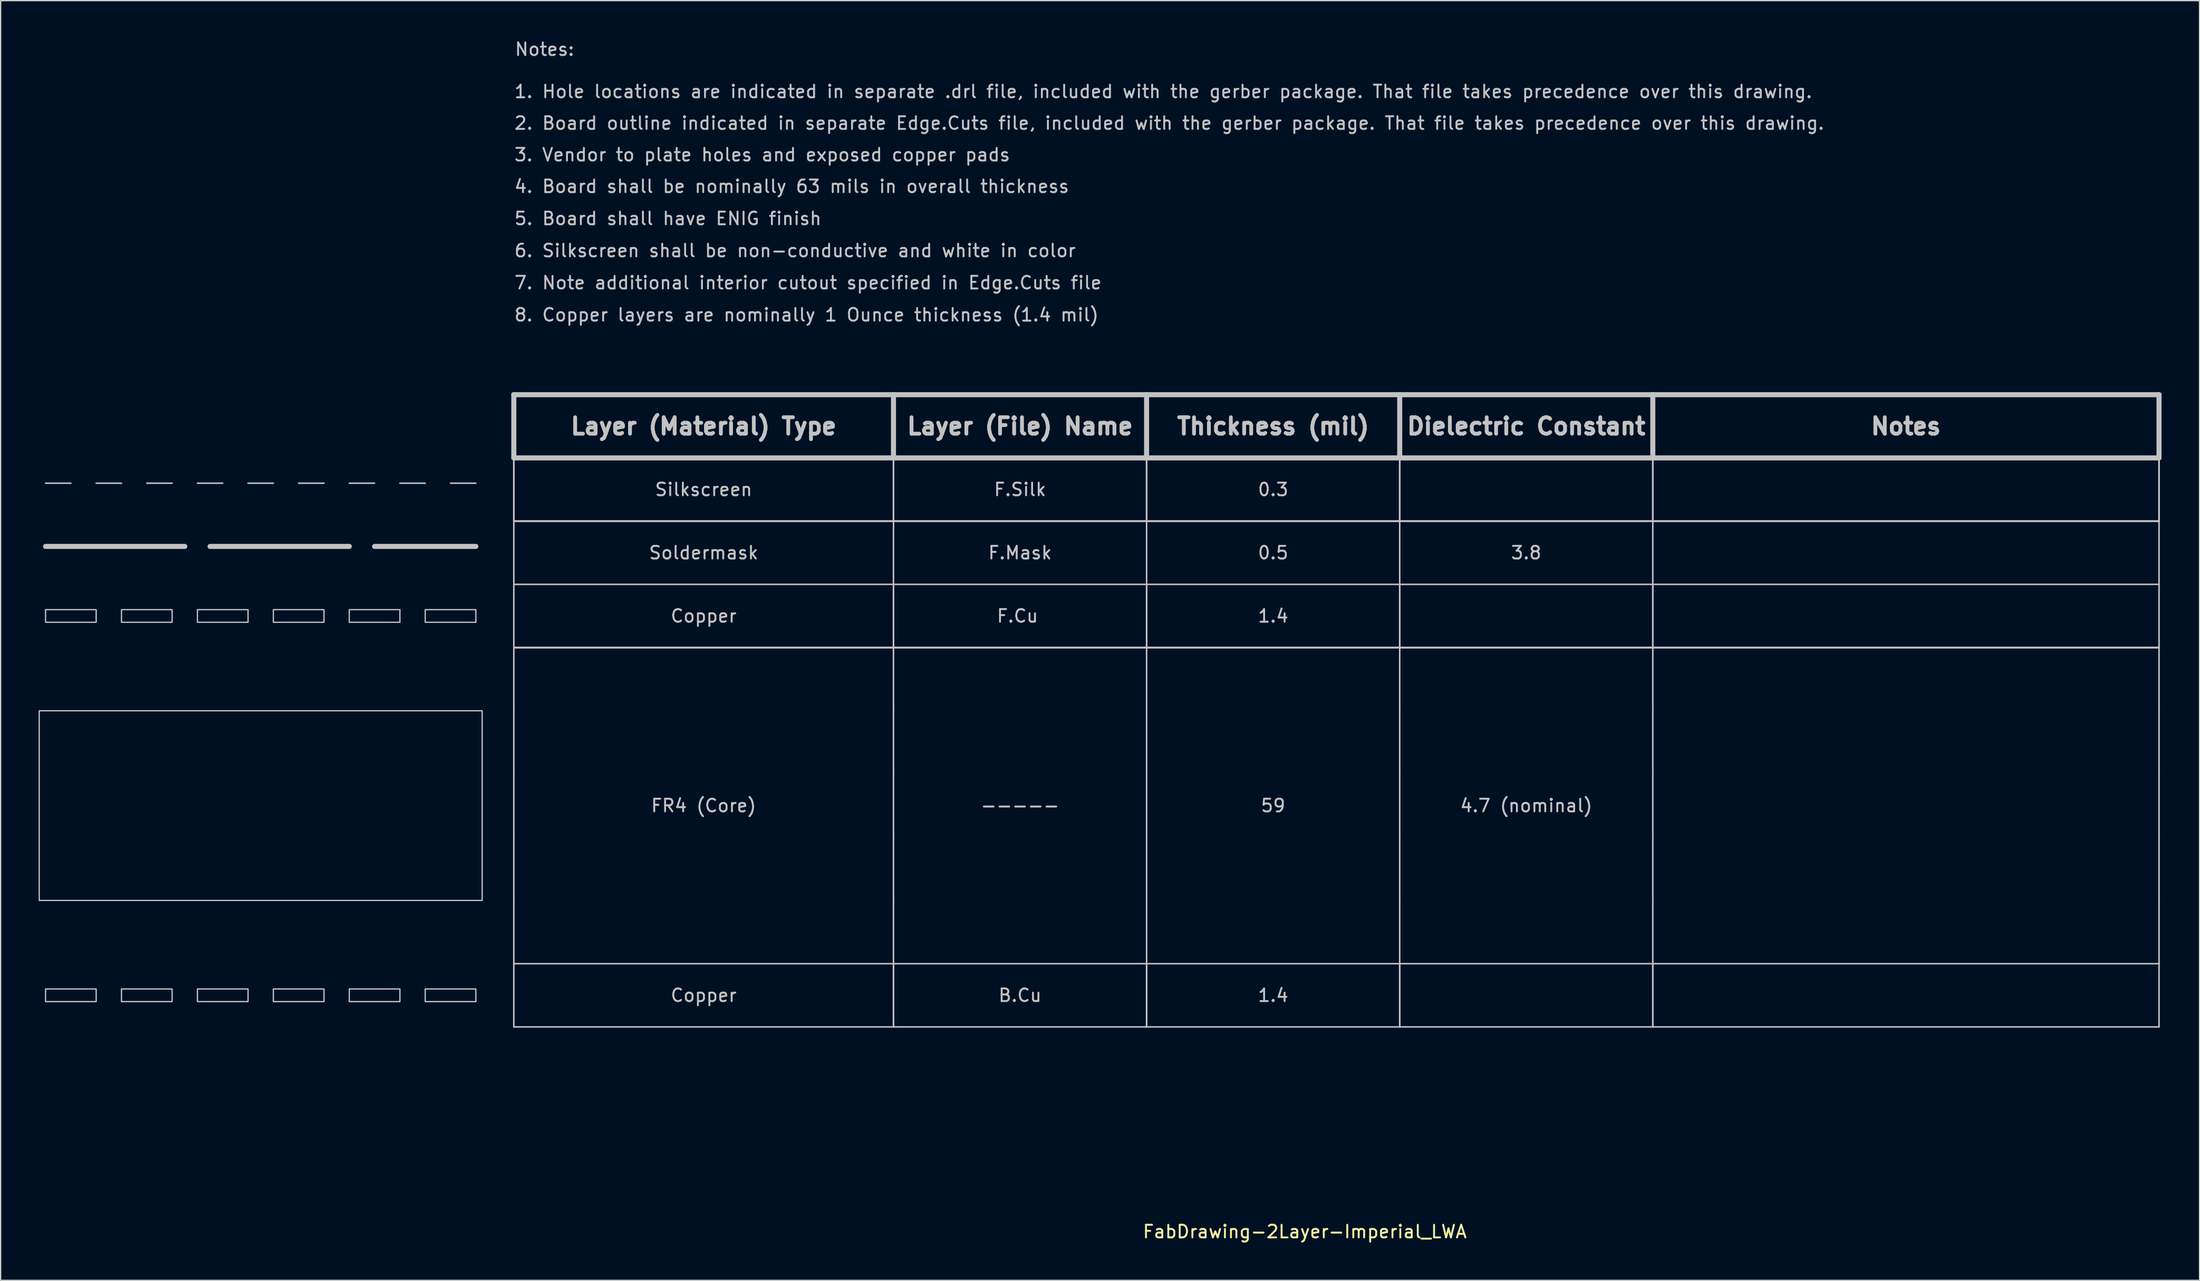
<source format=kicad_pcb>
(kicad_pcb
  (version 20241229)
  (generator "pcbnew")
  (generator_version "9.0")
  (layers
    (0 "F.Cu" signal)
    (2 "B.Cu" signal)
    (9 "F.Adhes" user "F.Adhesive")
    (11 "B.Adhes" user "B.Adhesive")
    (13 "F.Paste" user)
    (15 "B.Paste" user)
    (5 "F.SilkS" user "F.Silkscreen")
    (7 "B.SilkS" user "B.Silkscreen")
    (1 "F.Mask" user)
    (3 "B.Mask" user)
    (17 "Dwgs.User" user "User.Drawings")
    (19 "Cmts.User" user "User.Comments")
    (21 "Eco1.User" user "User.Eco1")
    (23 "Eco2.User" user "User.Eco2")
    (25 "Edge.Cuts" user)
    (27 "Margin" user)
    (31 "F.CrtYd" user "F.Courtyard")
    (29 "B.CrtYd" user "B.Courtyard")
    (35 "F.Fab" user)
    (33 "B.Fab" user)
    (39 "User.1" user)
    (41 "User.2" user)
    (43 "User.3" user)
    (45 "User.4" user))
  (footprint "FabDrawing-2Layer-Imperial_LWA"
    (layer "F.Cu")
    (at 37.55 28.153)
    (property "Reference" "FabDrawing-2Layer-Imperial_LWA" (at 62.5 66.19 0) (layer "F.SilkS") (effects (font (size 1 1) (thickness 0.15))))
    (attr exclude_from_pos_files exclude_from_bom)
    (fp_line (start -37 12.005) (end -26 12.005) (stroke (width 0.4) (type solid)) (layer "Dwgs.User"))
    (fp_line (start -35 7.005) (end -37 7.005) (stroke (width 0.12) (type solid)) (layer "Dwgs.User"))
    (fp_line (start -31 7.005) (end -33 7.005) (stroke (width 0.12) (type solid)) (layer "Dwgs.User"))
    (fp_line (start -27 7.005) (end -29 7.005) (stroke (width 0.12) (type solid)) (layer "Dwgs.User"))
    (fp_line (start -24 12.005) (end -13 12.005) (stroke (width 0.4) (type solid)) (layer "Dwgs.User"))
    (fp_line (start -23 7.005) (end -25 7.005) (stroke (width 0.12) (type solid)) (layer "Dwgs.User"))
    (fp_line (start -19 7.005) (end -21 7.005) (stroke (width 0.12) (type solid)) (layer "Dwgs.User"))
    (fp_line (start -15 7.005) (end -17 7.005) (stroke (width 0.12) (type solid)) (layer "Dwgs.User"))
    (fp_line (start -11 7.005) (end -13 7.005) (stroke (width 0.12) (type solid)) (layer "Dwgs.User"))
    (fp_line (start -11 12.005) (end -3 12.005) (stroke (width 0.4) (type solid)) (layer "Dwgs.User"))
    (fp_line (start -7 7.005) (end -9 7.005) (stroke (width 0.12) (type solid)) (layer "Dwgs.User"))
    (fp_line (start -3 7.005) (end -5 7.005) (stroke (width 0.12) (type solid)) (layer "Dwgs.User"))
    (fp_line (start 0 0.005) (end 30 0.005) (stroke (width 0.4) (type solid)) (layer "Dwgs.User"))
    (fp_line (start 0 5.005) (end 0 0.005) (stroke (width 0.4) (type solid)) (layer "Dwgs.User"))
    (fp_line (start 0 5.005) (end 0 10.005) (stroke (width 0.12) (type solid)) (layer "Dwgs.User"))
    (fp_line (start 0 5.005) (end 0 10.005) (stroke (width 0.12) (type solid)) (layer "Dwgs.User"))
    (fp_line (start 0 5.005) (end 0 10.005) (stroke (width 0.12) (type solid)) (layer "Dwgs.User"))
    (fp_line (start 0 5.005) (end 30 5.005) (stroke (width 0.12) (type solid)) (layer "Dwgs.User"))
    (fp_line (start 0 5.005) (end 30 5.005) (stroke (width 0.12) (type solid)) (layer "Dwgs.User"))
    (fp_line (start 0 5.005) (end 30 5.005) (stroke (width 0.12) (type solid)) (layer "Dwgs.User"))
    (fp_line (start 0 10.005) (end 0 15.005) (stroke (width 0.12) (type solid)) (layer "Dwgs.User"))
    (fp_line (start 0 10.005) (end 30 10.005) (stroke (width 0.12) (type solid)) (layer "Dwgs.User"))
    (fp_line (start 0 10.005) (end 30 10.005) (stroke (width 0.12) (type solid)) (layer "Dwgs.User"))
    (fp_line (start 0 10.005) (end 30 10.005) (stroke (width 0.12) (type solid)) (layer "Dwgs.User"))
    (fp_line (start 0 15.005) (end 0 20.005) (stroke (width 0.12) (type solid)) (layer "Dwgs.User"))
    (fp_line (start 0 15.005) (end 30 15.005) (stroke (width 0.12) (type solid)) (layer "Dwgs.User"))
    (fp_line (start 0 20.005) (end 30 20.005) (stroke (width 0.12) (type solid)) (layer "Dwgs.User"))
    (fp_line (start 0 20.005) (end 30 20.005) (stroke (width 0.12) (type solid)) (layer "Dwgs.User"))
    (fp_line (start 0 20.005) (end 30 20.005) (stroke (width 0.12) (type solid)) (layer "Dwgs.User"))
    (fp_line (start 0 25) (end 0 30) (stroke (width 0.12) (type solid)) (layer "Dwgs.User"))
    (fp_line (start 0 25.005) (end 0 20.005) (stroke (width 0.12) (type solid)) (layer "Dwgs.User"))
    (fp_line (start 0 30) (end 0 35) (stroke (width 0.12) (type solid)) (layer "Dwgs.User"))
    (fp_line (start 0 35) (end 0 40) (stroke (width 0.12) (type solid)) (layer "Dwgs.User"))
    (fp_line (start 0 40) (end 0 45) (stroke (width 0.12) (type solid)) (layer "Dwgs.User"))
    (fp_line (start 0 45) (end 0 50) (stroke (width 0.12) (type solid)) (layer "Dwgs.User"))
    (fp_line (start 0 45) (end 30 45) (stroke (width 0.12) (type solid)) (layer "Dwgs.User"))
    (fp_line (start 0 50) (end 30 50) (stroke (width 0.12) (type solid)) (layer "Dwgs.User"))
    (fp_line (start 30 0.005) (end 30 5.005) (stroke (width 0.4) (type solid)) (layer "Dwgs.User"))
    (fp_line (start 30 5.005) (end 0 5.005) (stroke (width 0.4) (type solid)) (layer "Dwgs.User"))
    (fp_line (start 30 5.005) (end 30 10.005) (stroke (width 0.12) (type solid)) (layer "Dwgs.User"))
    (fp_line (start 30 5.005) (end 30 10.005) (stroke (width 0.12) (type solid)) (layer "Dwgs.User"))
    (fp_line (start 30 5.005) (end 30 10.005) (stroke (width 0.12) (type solid)) (layer "Dwgs.User"))
    (fp_line (start 30 5.005) (end 50 5.005) (stroke (width 0.12) (type solid)) (layer "Dwgs.User"))
    (fp_line (start 30 5.005) (end 50 5.005) (stroke (width 0.12) (type solid)) (layer "Dwgs.User"))
    (fp_line (start 30 5.005) (end 50 5.005) (stroke (width 0.12) (type solid)) (layer "Dwgs.User"))
    (fp_line (start 30 5.005) (end 50 5.005) (stroke (width 0.4) (type solid)) (layer "Dwgs.User"))
    (fp_line (start 30 10.005) (end 30 15.005) (stroke (width 0.12) (type solid)) (layer "Dwgs.User"))
    (fp_line (start 30 15) (end 30 20) (stroke (width 0.12) (type solid)) (layer "Dwgs.User"))
    (fp_line (start 30 15.005) (end 30 20.005) (stroke (width 0.12) (type solid)) (layer "Dwgs.User"))
    (fp_line (start 30 15.005) (end 50 15.005) (stroke (width 0.12) (type solid)) (layer "Dwgs.User"))
    (fp_line (start 30 20) (end 30 25) (stroke (width 0.12) (type solid)) (layer "Dwgs.User"))
    (fp_line (start 30 30) (end 30 25) (stroke (width 0.12) (type solid)) (layer "Dwgs.User"))
    (fp_line (start 30 35) (end 30 30) (stroke (width 0.12) (type solid)) (layer "Dwgs.User"))
    (fp_line (start 30 40) (end 30 35) (stroke (width 0.12) (type solid)) (layer "Dwgs.User"))
    (fp_line (start 30 40) (end 30 45) (stroke (width 0.12) (type solid)) (layer "Dwgs.User"))
    (fp_line (start 30 45) (end 50 45) (stroke (width 0.12) (type solid)) (layer "Dwgs.User"))
    (fp_line (start 30 50) (end 30 45) (stroke (width 0.12) (type solid)) (layer "Dwgs.User"))
    (fp_line (start 30 50) (end 30 45) (stroke (width 0.12) (type solid)) (layer "Dwgs.User"))
    (fp_line (start 50 0.005) (end 30 0.005) (stroke (width 0.4) (type solid)) (layer "Dwgs.User"))
    (fp_line (start 50 0.005) (end 70 0.005) (stroke (width 0.4) (type solid)) (layer "Dwgs.User"))
    (fp_line (start 50 5.005) (end 50 0.005) (stroke (width 0.4) (type solid)) (layer "Dwgs.User"))
    (fp_line (start 50 5.005) (end 50 10.005) (stroke (width 0.12) (type solid)) (layer "Dwgs.User"))
    (fp_line (start 50 5.005) (end 50 10.005) (stroke (width 0.12) (type solid)) (layer "Dwgs.User"))
    (fp_line (start 50 5.005) (end 50 10.005) (stroke (width 0.12) (type solid)) (layer "Dwgs.User"))
    (fp_line (start 50 10.005) (end 30 10.005) (stroke (width 0.12) (type solid)) (layer "Dwgs.User"))
    (fp_line (start 50 10.005) (end 30 10.005) (stroke (width 0.12) (type solid)) (layer "Dwgs.User"))
    (fp_line (start 50 10.005) (end 30 10.005) (stroke (width 0.12) (type solid)) (layer "Dwgs.User"))
    (fp_line (start 50 10.005) (end 50 15.005) (stroke (width 0.12) (type solid)) (layer "Dwgs.User"))
    (fp_line (start 50 10.005) (end 70 10.005) (stroke (width 0.12) (type solid)) (layer "Dwgs.User"))
    (fp_line (start 50 10.005) (end 70 10.005) (stroke (width 0.12) (type solid)) (layer "Dwgs.User"))
    (fp_line (start 50 10.005) (end 70 10.005) (stroke (width 0.12) (type solid)) (layer "Dwgs.User"))
    (fp_line (start 50 15) (end 50 20) (stroke (width 0.12) (type solid)) (layer "Dwgs.User"))
    (fp_line (start 50 15.005) (end 50 20.005) (stroke (width 0.12) (type solid)) (layer "Dwgs.User"))
    (fp_line (start 50 20.005) (end 30 20.005) (stroke (width 0.12) (type solid)) (layer "Dwgs.User"))
    (fp_line (start 50 20.005) (end 30 20.005) (stroke (width 0.12) (type solid)) (layer "Dwgs.User"))
    (fp_line (start 50 20.005) (end 30 20.005) (stroke (width 0.12) (type solid)) (layer "Dwgs.User"))
    (fp_line (start 50 20.005) (end 70 20.005) (stroke (width 0.12) (type solid)) (layer "Dwgs.User"))
    (fp_line (start 50 20.005) (end 70 20.005) (stroke (width 0.12) (type solid)) (layer "Dwgs.User"))
    (fp_line (start 50 20.005) (end 70 20.005) (stroke (width 0.12) (type solid)) (layer "Dwgs.User"))
    (fp_line (start 50 25) (end 50 20) (stroke (width 0.12) (type solid)) (layer "Dwgs.User"))
    (fp_line (start 50 30) (end 50 25) (stroke (width 0.12) (type solid)) (layer "Dwgs.User"))
    (fp_line (start 50 35) (end 50 30) (stroke (width 0.12) (type solid)) (layer "Dwgs.User"))
    (fp_line (start 50 35) (end 50 40) (stroke (width 0.12) (type solid)) (layer "Dwgs.User"))
    (fp_line (start 50 45) (end 50 40) (stroke (width 0.12) (type solid)) (layer "Dwgs.User"))
    (fp_line (start 50 45) (end 50 50) (stroke (width 0.12) (type solid)) (layer "Dwgs.User"))
    (fp_line (start 50 45) (end 50 50) (stroke (width 0.12) (type solid)) (layer "Dwgs.User"))
    (fp_line (start 50 45) (end 70 45) (stroke (width 0.12) (type solid)) (layer "Dwgs.User"))
    (fp_line (start 50 50) (end 30 50) (stroke (width 0.12) (type solid)) (layer "Dwgs.User"))
    (fp_line (start 70 0.005) (end 70 5.005) (stroke (width 0.4) (type solid)) (layer "Dwgs.User"))
    (fp_line (start 70 5.005) (end 50 5.005) (stroke (width 0.12) (type solid)) (layer "Dwgs.User"))
    (fp_line (start 70 5.005) (end 50 5.005) (stroke (width 0.12) (type solid)) (layer "Dwgs.User"))
    (fp_line (start 70 5.005) (end 50 5.005) (stroke (width 0.12) (type solid)) (layer "Dwgs.User"))
    (fp_line (start 70 5.005) (end 50 5.005) (stroke (width 0.4) (type solid)) (layer "Dwgs.User"))
    (fp_line (start 70 5.005) (end 70 10.005) (stroke (width 0.12) (type solid)) (layer "Dwgs.User"))
    (fp_line (start 70 5.005) (end 70 10.005) (stroke (width 0.12) (type solid)) (layer "Dwgs.User"))
    (fp_line (start 70 5.005) (end 70 10.005) (stroke (width 0.12) (type solid)) (layer "Dwgs.User"))
    (fp_line (start 70 5.005) (end 90 5.005) (stroke (width 0.12) (type solid)) (layer "Dwgs.User"))
    (fp_line (start 70 5.005) (end 90 5.005) (stroke (width 0.12) (type solid)) (layer "Dwgs.User"))
    (fp_line (start 70 5.005) (end 90 5.005) (stroke (width 0.12) (type solid)) (layer "Dwgs.User"))
    (fp_line (start 70 5.005) (end 90 5.005) (stroke (width 0.4) (type solid)) (layer "Dwgs.User"))
    (fp_line (start 70 10.005) (end 70 15.005) (stroke (width 0.12) (type solid)) (layer "Dwgs.User"))
    (fp_line (start 70 10.005) (end 90 10.005) (stroke (width 0.12) (type solid)) (layer "Dwgs.User"))
    (fp_line (start 70 10.005) (end 90 10.005) (stroke (width 0.12) (type solid)) (layer "Dwgs.User"))
    (fp_line (start 70 10.005) (end 90 10.005) (stroke (width 0.12) (type solid)) (layer "Dwgs.User"))
    (fp_line (start 70 15) (end 70 20) (stroke (width 0.12) (type solid)) (layer "Dwgs.User"))
    (fp_line (start 70 15.005) (end 50 15.005) (stroke (width 0.12) (type solid)) (layer "Dwgs.User"))
    (fp_line (start 70 15.005) (end 70 20.005) (stroke (width 0.12) (type solid)) (layer "Dwgs.User"))
    (fp_line (start 70 15.005) (end 90 15.005) (stroke (width 0.12) (type solid)) (layer "Dwgs.User"))
    (fp_line (start 70 20.005) (end 90 20.005) (stroke (width 0.12) (type solid)) (layer "Dwgs.User"))
    (fp_line (start 70 20.005) (end 90 20.005) (stroke (width 0.12) (type solid)) (layer "Dwgs.User"))
    (fp_line (start 70 20.005) (end 90 20.005) (stroke (width 0.12) (type solid)) (layer "Dwgs.User"))
    (fp_line (start 70 25) (end 70 20) (stroke (width 0.12) (type solid)) (layer "Dwgs.User"))
    (fp_line (start 70 30) (end 70 25) (stroke (width 0.12) (type solid)) (layer "Dwgs.User"))
    (fp_line (start 70 35) (end 70 30) (stroke (width 0.12) (type solid)) (layer "Dwgs.User"))
    (fp_line (start 70 40) (end 70 35) (stroke (width 0.12) (type solid)) (layer "Dwgs.User"))
    (fp_line (start 70 45) (end 70 40) (stroke (width 0.12) (type solid)) (layer "Dwgs.User"))
    (fp_line (start 70 45) (end 70 50) (stroke (width 0.12) (type solid)) (layer "Dwgs.User"))
    (fp_line (start 70 45) (end 90 45) (stroke (width 0.12) (type solid)) (layer "Dwgs.User"))
    (fp_line (start 70 50) (end 50 50) (stroke (width 0.12) (type solid)) (layer "Dwgs.User"))
    (fp_line (start 70 50) (end 70 45) (stroke (width 0.12) (type solid)) (layer "Dwgs.User"))
    (fp_line (start 90 0.005) (end 70 0.005) (stroke (width 0.4) (type solid)) (layer "Dwgs.User"))
    (fp_line (start 90 5.005) (end 90 0.005) (stroke (width 0.4) (type solid)) (layer "Dwgs.User"))
    (fp_line (start 90 5.005) (end 90 10.005) (stroke (width 0.12) (type solid)) (layer "Dwgs.User"))
    (fp_line (start 90 5.005) (end 90 10.005) (stroke (width 0.12) (type solid)) (layer "Dwgs.User"))
    (fp_line (start 90 5.005) (end 90 10.005) (stroke (width 0.12) (type solid)) (layer "Dwgs.User"))
    (fp_line (start 90 5.005) (end 130 5.005) (stroke (width 0.12) (type solid)) (layer "Dwgs.User"))
    (fp_line (start 90 5.005) (end 130 5.005) (stroke (width 0.12) (type solid)) (layer "Dwgs.User"))
    (fp_line (start 90 5.005) (end 130 5.005) (stroke (width 0.12) (type solid)) (layer "Dwgs.User"))
    (fp_line (start 90 5.005) (end 130 5.005) (stroke (width 0.4) (type solid)) (layer "Dwgs.User"))
    (fp_line (start 90 10.005) (end 90 15.005) (stroke (width 0.12) (type solid)) (layer "Dwgs.User"))
    (fp_line (start 90 10.005) (end 130 10.005) (stroke (width 0.12) (type solid)) (layer "Dwgs.User"))
    (fp_line (start 90 10.005) (end 130 10.005) (stroke (width 0.12) (type solid)) (layer "Dwgs.User"))
    (fp_line (start 90 10.005) (end 130 10.005) (stroke (width 0.12) (type solid)) (layer "Dwgs.User"))
    (fp_line (start 90 15) (end 90 20) (stroke (width 0.12) (type solid)) (layer "Dwgs.User"))
    (fp_line (start 90 15.005) (end 90 20.005) (stroke (width 0.12) (type solid)) (layer "Dwgs.User"))
    (fp_line (start 90 15.005) (end 130 15.005) (stroke (width 0.12) (type solid)) (layer "Dwgs.User"))
    (fp_line (start 90 20.005) (end 130 20.005) (stroke (width 0.12) (type solid)) (layer "Dwgs.User"))
    (fp_line (start 90 20.005) (end 130 20.005) (stroke (width 0.12) (type solid)) (layer "Dwgs.User"))
    (fp_line (start 90 20.005) (end 130 20.005) (stroke (width 0.12) (type solid)) (layer "Dwgs.User"))
    (fp_line (start 90 25) (end 90 20) (stroke (width 0.12) (type solid)) (layer "Dwgs.User"))
    (fp_line (start 90 30) (end 90 25) (stroke (width 0.12) (type solid)) (layer "Dwgs.User"))
    (fp_line (start 90 35) (end 90 30) (stroke (width 0.12) (type solid)) (layer "Dwgs.User"))
    (fp_line (start 90 40) (end 90 35) (stroke (width 0.12) (type solid)) (layer "Dwgs.User"))
    (fp_line (start 90 40) (end 90 45) (stroke (width 0.12) (type solid)) (layer "Dwgs.User"))
    (fp_line (start 90 45) (end 90 50) (stroke (width 0.12) (type solid)) (layer "Dwgs.User"))
    (fp_line (start 90 45) (end 130 45) (stroke (width 0.12) (type solid)) (layer "Dwgs.User"))
    (fp_line (start 90 50) (end 70 50) (stroke (width 0.12) (type solid)) (layer "Dwgs.User"))
    (fp_line (start 90 50) (end 90 45) (stroke (width 0.12) (type solid)) (layer "Dwgs.User"))
    (fp_line (start 90 50) (end 130 50) (stroke (width 0.12) (type solid)) (layer "Dwgs.User"))
    (fp_line (start 130 0.005) (end 90 0.005) (stroke (width 0.4) (type solid)) (layer "Dwgs.User"))
    (fp_line (start 130 5.005) (end 130 0.005) (stroke (width 0.4) (type solid)) (layer "Dwgs.User"))
    (fp_line (start 130 5.005) (end 130 10.005) (stroke (width 0.12) (type solid)) (layer "Dwgs.User"))
    (fp_line (start 130 5.005) (end 130 10.005) (stroke (width 0.12) (type solid)) (layer "Dwgs.User"))
    (fp_line (start 130 5.005) (end 130 10.005) (stroke (width 0.12) (type solid)) (layer "Dwgs.User"))
    (fp_line (start 130 10.005) (end 130 15.005) (stroke (width 0.12) (type solid)) (layer "Dwgs.User"))
    (fp_line (start 130 15.005) (end 130 20.005) (stroke (width 0.12) (type solid)) (layer "Dwgs.User"))
    (fp_line (start 130 25) (end 130 30) (stroke (width 0.12) (type solid)) (layer "Dwgs.User"))
    (fp_line (start 130 25.005) (end 130 20.005) (stroke (width 0.12) (type solid)) (layer "Dwgs.User"))
    (fp_line (start 130 30) (end 130 35) (stroke (width 0.12) (type solid)) (layer "Dwgs.User"))
    (fp_line (start 130 35) (end 130 40) (stroke (width 0.12) (type solid)) (layer "Dwgs.User"))
    (fp_line (start 130 40) (end 130 45) (stroke (width 0.12) (type solid)) (layer "Dwgs.User"))
    (fp_line (start 130 45) (end 130 50) (stroke (width 0.12) (type solid)) (layer "Dwgs.User"))
    (fp_poly (pts (xy -33 18.005) (xy -37 18.005) (xy -37 17.005) (xy -33 17.005)) (stroke (width 0.1) (type solid)) (fill no) (layer "Dwgs.User"))
    (fp_poly (pts (xy -33 48) (xy -37 48) (xy -37 47) (xy -33 47)) (stroke (width 0.1) (type solid)) (fill no) (layer "Dwgs.User"))
    (fp_poly (pts (xy -27 18.005) (xy -31 18.005) (xy -31 17.005) (xy -27 17.005)) (stroke (width 0.1) (type solid)) (fill no) (layer "Dwgs.User"))
    (fp_poly (pts (xy -27 48) (xy -31 48) (xy -31 47) (xy -27 47)) (stroke (width 0.1) (type solid)) (fill no) (layer "Dwgs.User"))
    (fp_poly (pts (xy -21 18.005) (xy -25 18.005) (xy -25 17.005) (xy -21 17.005)) (stroke (width 0.1) (type solid)) (fill no) (layer "Dwgs.User"))
    (fp_poly (pts (xy -21 48) (xy -25 48) (xy -25 47) (xy -21 47)) (stroke (width 0.1) (type solid)) (fill no) (layer "Dwgs.User"))
    (fp_poly (pts (xy -15 18.005) (xy -19 18.005) (xy -19 17.005) (xy -15 17.005)) (stroke (width 0.1) (type solid)) (fill no) (layer "Dwgs.User"))
    (fp_poly (pts (xy -15 48) (xy -19 48) (xy -19 47) (xy -15 47)) (stroke (width 0.1) (type solid)) (fill no) (layer "Dwgs.User"))
    (fp_poly (pts (xy -9 18.005) (xy -13 18.005) (xy -13 17.005) (xy -9 17.005)) (stroke (width 0.1) (type solid)) (fill no) (layer "Dwgs.User"))
    (fp_poly (pts (xy -9 48) (xy -13 48) (xy -13 47) (xy -9 47)) (stroke (width 0.1) (type solid)) (fill no) (layer "Dwgs.User"))
    (fp_poly (pts (xy -3 18.005) (xy -7 18.005) (xy -7 17.005) (xy -3 17.005)) (stroke (width 0.1) (type solid)) (fill no) (layer "Dwgs.User"))
    (fp_poly (pts (xy -3 48) (xy -7 48) (xy -7 47) (xy -3 47)) (stroke (width 0.1) (type solid)) (fill no) (layer "Dwgs.User"))
    (fp_poly (pts (xy -2.5 40) (xy -37.5 40) (xy -37.5 25) (xy -2.5 25)) (stroke (width 0.1) (type solid)) (fill no) (layer "Dwgs.User"))
    (fp_text user "4. Board shall be nominally 63 mils in overall thickness" (at -0.04 -16.465 0) (layer "Dwgs.User") (effects (font (size 1 1) (thickness 0.15)) (justify left)))
    (fp_text user "6. Silkscreen shall be non-conductive and white in color" (at -0.04 -11.385 0) (layer "Dwgs.User") (effects (font (size 1 1) (thickness 0.15)) (justify left)))
    (fp_text user "0.5" (at 60 12.505 0) (layer "Dwgs.User") (effects (font (size 1 1) (thickness 0.15))))
    (fp_text user "3. Vendor to plate holes and exposed copper pads" (at -0.04 -18.965 0) (layer "Dwgs.User") (effects (font (size 1 1) (thickness 0.15)) (justify left)))
    (fp_text user "59" (at 60 32.5 0) (layer "Dwgs.User") (effects (font (size 1 1) (thickness 0.15))))
    (fp_text user "Dielectric Constant" (at 80 2.505 0) (layer "Dwgs.User") (effects (font (size 1.3 1.3) (thickness 0.3))))
    (fp_text user "-----" (at 40 32.5 0) (layer "Dwgs.User") (effects (font (size 1 1) (thickness 0.15))))
    (fp_text user "1. Hole locations are indicated in separate .drl file, included with the gerber package. That file takes precedence over this drawing." (at -0.04 -23.965 0) (layer "Dwgs.User") (effects (font (size 1 1) (thickness 0.15)) (justify left)))
    (fp_text user "F.Silk" (at 40 7.505 0) (layer "Dwgs.User") (effects (font (size 1 1) (thickness 0.15))))
    (fp_text user "Notes" (at 110 2.505 0) (layer "Dwgs.User") (effects (font (size 1.3 1.3) (thickness 0.3))))
    (fp_text user "1.4" (at 60 17.505 0) (layer "Dwgs.User") (effects (font (size 1 1) (thickness 0.15))))
    (fp_text user "Layer (Material) Type" (at 15 2.505 0) (layer "Dwgs.User") (effects (font (size 1.3 1.3) (thickness 0.3))))
    (fp_text user "Soldermask" (at 15 12.505 0) (layer "Dwgs.User") (effects (font (size 1 1) (thickness 0.15))))
    (fp_text user "Layer (File) Name" (at 40 2.505 0) (layer "Dwgs.User") (effects (font (size 1.3 1.3) (thickness 0.3))))
    (fp_text user "3.8" (at 80 12.505 0) (layer "Dwgs.User") (effects (font (size 1 1) (thickness 0.15))))
    (fp_text user "Thickness (mil)" (at 60 2.505 0) (layer "Dwgs.User") (effects (font (size 1.3 1.3) (thickness 0.3))))
    (fp_text user "FR4 (Core)" (at 15 32.5 0) (layer "Dwgs.User") (effects (font (size 1 1) (thickness 0.15))))
    (fp_text user "F.Mask" (at 40 12.505 0) (layer "Dwgs.User") (effects (font (size 1 1) (thickness 0.15))))
    (fp_text user "0.3" (at 60 7.505 0) (layer "Dwgs.User") (effects (font (size 1 1) (thickness 0.15))))
    (fp_text user "Notes:" (at 0 -27.305 0) (layer "Dwgs.User") (effects (font (size 1 1) (thickness 0.15)) (justify left)))
    (fp_text user "B.Cu" (at 40 47.5 0) (layer "Dwgs.User") (effects (font (size 1 1) (thickness 0.15))))
    (fp_text user "2. Board outline indicated in separate Edge.Cuts file, included with the gerber package. That file takes precedence over this drawing." (at -0.04 -21.465 0) (layer "Dwgs.User") (effects (font (size 1 1) (thickness 0.15)) (justify left)))
    (fp_text user "8. Copper layers are nominally 1 Ounce thickness (1.4 mil)" (at -0.04 -6.305 0) (layer "Dwgs.User") (effects (font (size 1 1) (thickness 0.15)) (justify left)))
    (fp_text user "Copper" (at 15 47.5 0) (layer "Dwgs.User") (effects (font (size 1 1) (thickness 0.15))))
    (fp_text user "1.4" (at 60 47.5 0) (layer "Dwgs.User") (effects (font (size 1 1) (thickness 0.15))))
    (fp_text user "4.7 (nominal)" (at 80 32.5 0) (layer "Dwgs.User") (effects (font (size 1 1) (thickness 0.15))))
    (fp_text user "Silkscreen" (at 15 7.505 0) (layer "Dwgs.User") (effects (font (size 1 1) (thickness 0.15))))
    (fp_text user "F.Cu" (at 39.8 17.505 0) (layer "Dwgs.User") (effects (font (size 1 1) (thickness 0.15))))
    (fp_text user "7. Note additional interior cutout specified in Edge.Cuts file" (at -0.04 -8.845 0) (layer "Dwgs.User") (effects (font (size 1 1) (thickness 0.15)) (justify left)))
    (fp_text user "Copper" (at 15 17.505 0) (layer "Dwgs.User") (effects (font (size 1 1) (thickness 0.15))))
    (fp_text user "5. Board shall have ENIG finish" (at -0.04 -13.925 0) (layer "Dwgs.User") (effects (font (size 1 1) (thickness 0.15)) (justify left))))
  (gr_rect
    (start -3 -3)
    (end 170.75 98.192)
    (stroke (width 0.1) (type default))
    (fill no)
    (layer "Edge.Cuts")))
</source>
